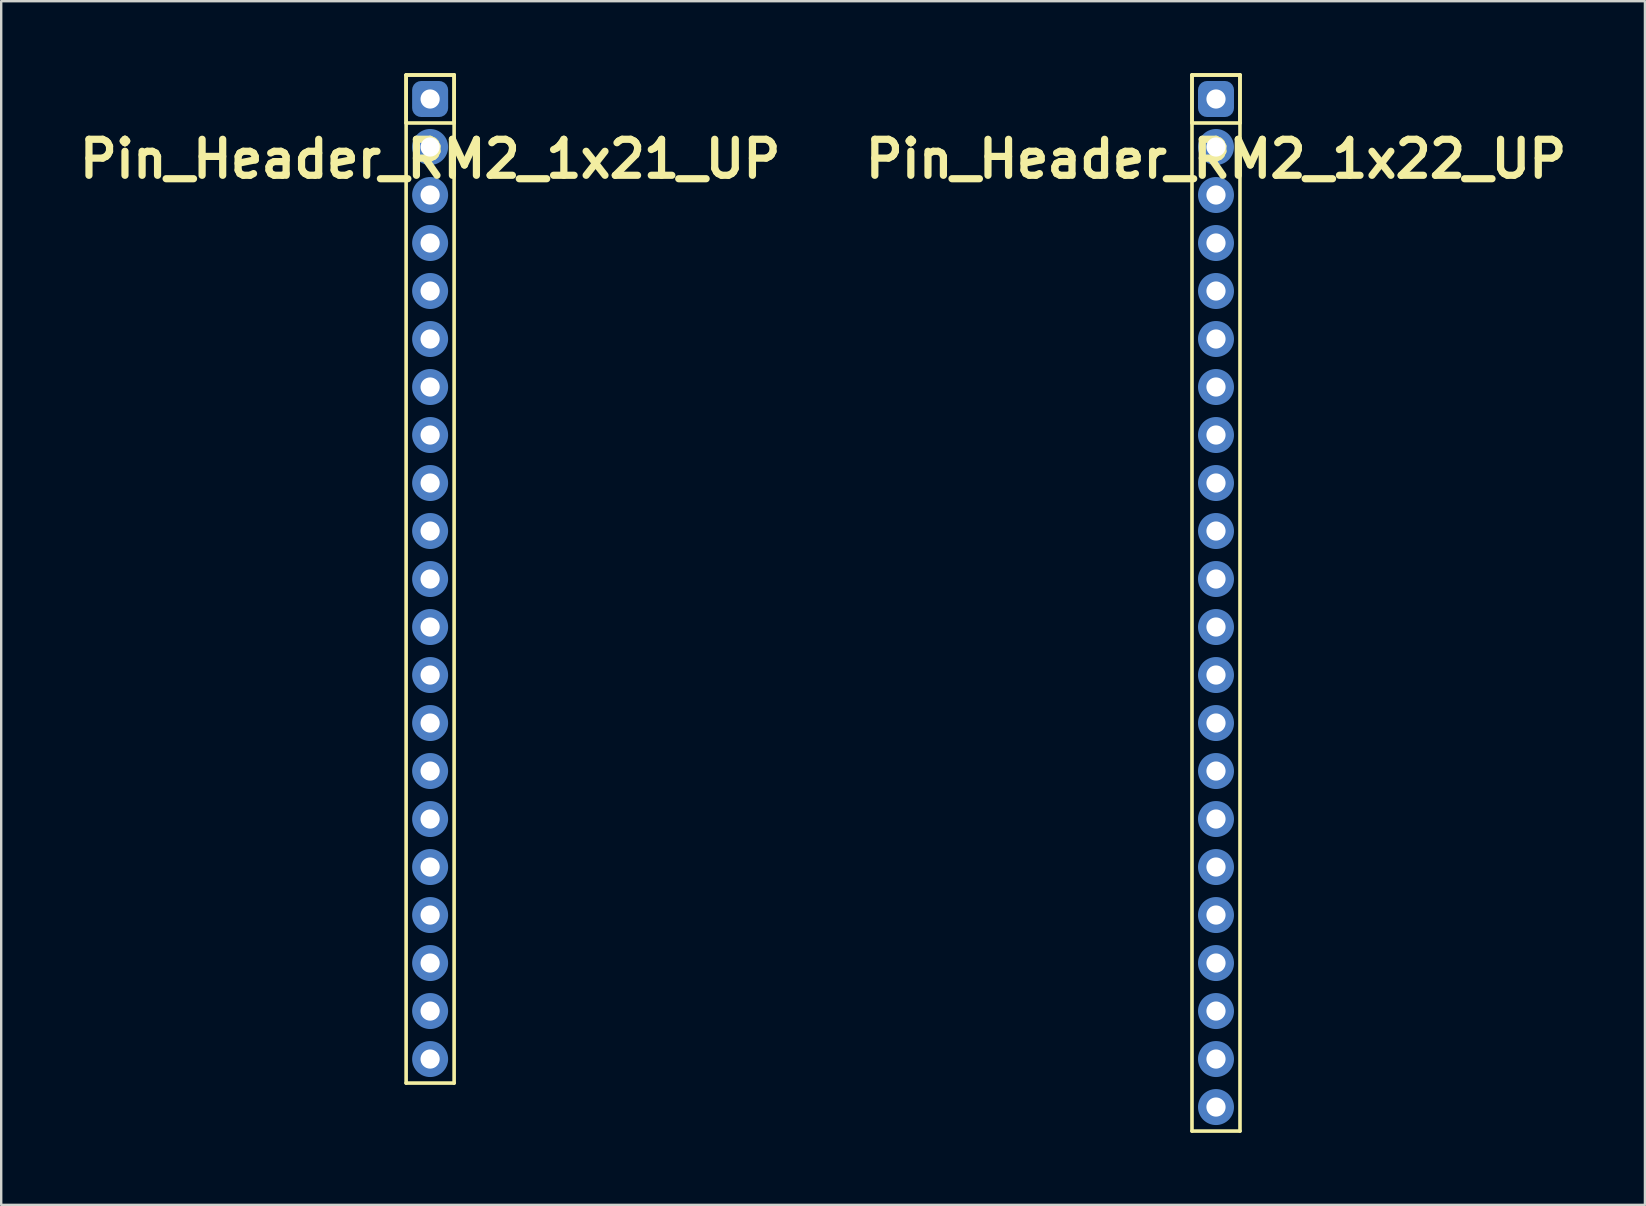
<source format=kicad_pcb>
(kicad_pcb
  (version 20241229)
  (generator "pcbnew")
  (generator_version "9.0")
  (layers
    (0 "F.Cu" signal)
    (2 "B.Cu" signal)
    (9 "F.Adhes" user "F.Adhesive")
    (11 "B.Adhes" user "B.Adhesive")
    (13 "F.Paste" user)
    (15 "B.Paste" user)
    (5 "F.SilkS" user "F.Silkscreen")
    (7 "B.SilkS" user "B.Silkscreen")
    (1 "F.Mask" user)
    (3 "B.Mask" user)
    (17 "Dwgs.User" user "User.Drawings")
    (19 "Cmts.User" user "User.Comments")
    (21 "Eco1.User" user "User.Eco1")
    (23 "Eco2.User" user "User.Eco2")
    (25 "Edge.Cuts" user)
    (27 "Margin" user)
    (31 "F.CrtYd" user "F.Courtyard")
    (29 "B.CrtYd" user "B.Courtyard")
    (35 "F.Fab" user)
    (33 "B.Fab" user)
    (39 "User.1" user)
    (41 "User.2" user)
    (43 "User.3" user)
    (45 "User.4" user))
  (footprint "Pin_Header_RM2_1x21_UP"
    (layer "F.Cu")
    (at 14.871 1.075)
    (property "Reference" "Pin_Header_RM2_1x21_UP" (at 0 2.5 0) (layer "F.SilkS") (effects (font (size 1.5 1.5) (thickness 0.3))))
    (attr through_hole)
    (fp_line (start -1 -1) (end 1 -1) (stroke (width 0.15) (type solid)) (layer "F.SilkS"))
    (fp_line (start -1 -1) (end 1 -1) (stroke (width 0.15) (type solid)) (layer "F.SilkS"))
    (fp_line (start -1 1) (end -1 -1) (stroke (width 0.15) (type solid)) (layer "F.SilkS"))
    (fp_line (start -1 41) (end -1 -1) (stroke (width 0.15) (type solid)) (layer "F.SilkS"))
    (fp_line (start 1 -1) (end 1 1) (stroke (width 0.15) (type solid)) (layer "F.SilkS"))
    (fp_line (start 1 -1) (end 1 41) (stroke (width 0.15) (type solid)) (layer "F.SilkS"))
    (fp_line (start 1 1) (end -1 1) (stroke (width 0.15) (type solid)) (layer "F.SilkS"))
    (fp_line (start 1 41) (end -1 41) (stroke (width 0.15) (type solid)) (layer "F.SilkS"))
    (pad "1" thru_hole circle (at 0 0) (size 1.1 1.1) (drill 0.8) (layers "*.Cu" "*.Mask"))
    (pad "1" smd roundrect (at 0 0) (size 1.25 1.25) (layers "F.Cu" "F.Mask") (roundrect_rratio 0.25))
    (pad "1" smd roundrect (at 0 0) (size 1.5 1.5) (layers "B.Cu" "B.Mask") (roundrect_rratio 0.25))
    (pad "2" thru_hole circle (at 0 2) (size 1.1 1.1) (drill 0.8) (layers "*.Cu" "*.Mask"))
    (pad "2" smd circle (at 0 2) (size 1.25 1.25) (layers "F.Cu" "F.Mask"))
    (pad "2" smd circle (at 0 2) (size 1.5 1.5) (layers "B.Cu" "B.Mask"))
    (pad "3" thru_hole circle (at 0 4) (size 1.1 1.1) (drill 0.8) (layers "*.Cu" "*.Mask"))
    (pad "3" smd circle (at 0 4) (size 1.25 1.25) (layers "F.Cu" "F.Mask"))
    (pad "3" smd circle (at 0 4) (size 1.5 1.5) (layers "B.Cu" "B.Mask"))
    (pad "4" thru_hole circle (at 0 6) (size 1.1 1.1) (drill 0.8) (layers "*.Cu" "*.Mask"))
    (pad "4" smd circle (at 0 6) (size 1.25 1.25) (layers "F.Cu" "F.Mask"))
    (pad "4" smd circle (at 0 6) (size 1.5 1.5) (layers "B.Cu" "B.Mask"))
    (pad "5" thru_hole circle (at 0 8) (size 1.1 1.1) (drill 0.8) (layers "*.Cu" "*.Mask"))
    (pad "5" smd circle (at 0 8) (size 1.25 1.25) (layers "F.Cu" "F.Mask"))
    (pad "5" smd circle (at 0 8) (size 1.5 1.5) (layers "B.Cu" "B.Mask"))
    (pad "6" thru_hole circle (at 0 10) (size 1.1 1.1) (drill 0.8) (layers "*.Cu" "*.Mask"))
    (pad "6" smd circle (at 0 10) (size 1.25 1.25) (layers "F.Cu" "F.Mask"))
    (pad "6" smd circle (at 0 10) (size 1.5 1.5) (layers "B.Cu" "B.Mask"))
    (pad "7" thru_hole circle (at 0 12) (size 1.1 1.1) (drill 0.8) (layers "*.Cu" "*.Mask"))
    (pad "7" smd circle (at 0 12) (size 1.25 1.25) (layers "F.Cu" "F.Mask"))
    (pad "7" smd circle (at 0 12) (size 1.5 1.5) (layers "B.Cu" "B.Mask"))
    (pad "8" thru_hole circle (at 0 14) (size 1.1 1.1) (drill 0.8) (layers "*.Cu" "*.Mask"))
    (pad "8" smd circle (at 0 14) (size 1.25 1.25) (layers "F.Cu" "F.Mask"))
    (pad "8" smd circle (at 0 14) (size 1.5 1.5) (layers "B.Cu" "B.Mask"))
    (pad "9" thru_hole circle (at 0 16) (size 1.1 1.1) (drill 0.8) (layers "*.Cu" "*.Mask"))
    (pad "9" smd circle (at 0 16) (size 1.25 1.25) (layers "F.Cu" "F.Mask"))
    (pad "9" smd circle (at 0 16) (size 1.5 1.5) (layers "B.Cu" "B.Mask"))
    (pad "10" thru_hole circle (at 0 18) (size 1.1 1.1) (drill 0.8) (layers "*.Cu" "*.Mask"))
    (pad "10" smd circle (at 0 18) (size 1.25 1.25) (layers "F.Cu" "F.Mask"))
    (pad "10" smd circle (at 0 18) (size 1.5 1.5) (layers "B.Cu" "B.Mask"))
    (pad "11" thru_hole circle (at 0 20) (size 1.1 1.1) (drill 0.8) (layers "*.Cu" "*.Mask"))
    (pad "11" smd circle (at 0 20) (size 1.25 1.25) (layers "F.Cu" "F.Mask"))
    (pad "11" smd circle (at 0 20) (size 1.5 1.5) (layers "B.Cu" "B.Mask"))
    (pad "12" thru_hole circle (at 0 22) (size 1.1 1.1) (drill 0.8) (layers "*.Cu" "*.Mask"))
    (pad "12" smd circle (at 0 22) (size 1.25 1.25) (layers "F.Cu" "F.Mask"))
    (pad "12" smd circle (at 0 22) (size 1.5 1.5) (layers "B.Cu" "B.Mask"))
    (pad "13" thru_hole circle (at 0 24) (size 1.1 1.1) (drill 0.8) (layers "*.Cu" "*.Mask"))
    (pad "13" smd circle (at 0 24) (size 1.25 1.25) (layers "F.Cu" "F.Mask"))
    (pad "13" smd circle (at 0 24) (size 1.5 1.5) (layers "B.Cu" "B.Mask"))
    (pad "14" thru_hole circle (at 0 26) (size 1.1 1.1) (drill 0.8) (layers "*.Cu" "*.Mask"))
    (pad "14" smd circle (at 0 26) (size 1.25 1.25) (layers "F.Cu" "F.Mask"))
    (pad "14" smd circle (at 0 26) (size 1.5 1.5) (layers "B.Cu" "B.Mask"))
    (pad "15" thru_hole circle (at 0 28) (size 1.1 1.1) (drill 0.8) (layers "*.Cu" "*.Mask"))
    (pad "15" smd circle (at 0 28) (size 1.25 1.25) (layers "F.Cu" "F.Mask"))
    (pad "15" smd circle (at 0 28) (size 1.5 1.5) (layers "B.Cu" "B.Mask"))
    (pad "16" thru_hole circle (at 0 30) (size 1.1 1.1) (drill 0.8) (layers "*.Cu" "*.Mask"))
    (pad "16" smd circle (at 0 30) (size 1.25 1.25) (layers "F.Cu" "F.Mask"))
    (pad "16" smd circle (at 0 30) (size 1.5 1.5) (layers "B.Cu" "B.Mask"))
    (pad "17" thru_hole circle (at 0 32) (size 1.1 1.1) (drill 0.8) (layers "*.Cu" "*.Mask"))
    (pad "17" smd circle (at 0 32) (size 1.25 1.25) (layers "F.Cu" "F.Mask"))
    (pad "17" smd circle (at 0 32) (size 1.5 1.5) (layers "B.Cu" "B.Mask"))
    (pad "18" thru_hole circle (at 0 34) (size 1.1 1.1) (drill 0.8) (layers "*.Cu" "*.Mask"))
    (pad "18" smd circle (at 0 34) (size 1.25 1.25) (layers "F.Cu" "F.Mask"))
    (pad "18" smd circle (at 0 34) (size 1.5 1.5) (layers "B.Cu" "B.Mask"))
    (pad "19" thru_hole circle (at 0 36) (size 1.1 1.1) (drill 0.8) (layers "*.Cu" "*.Mask"))
    (pad "19" smd circle (at 0 36) (size 1.25 1.25) (layers "F.Cu" "F.Mask"))
    (pad "19" smd circle (at 0 36) (size 1.5 1.5) (layers "B.Cu" "B.Mask"))
    (pad "20" thru_hole circle (at 0 38) (size 1.1 1.1) (drill 0.8) (layers "*.Cu" "*.Mask"))
    (pad "20" smd circle (at 0 38) (size 1.25 1.25) (layers "F.Cu" "F.Mask"))
    (pad "20" smd circle (at 0 38) (size 1.5 1.5) (layers "B.Cu" "B.Mask"))
    (pad "21" thru_hole circle (at 0 40) (size 1.1 1.1) (drill 0.8) (layers "*.Cu" "*.Mask"))
    (pad "21" smd circle (at 0 40) (size 1.25 1.25) (layers "F.Cu" "F.Mask"))
    (pad "21" smd circle (at 0 40) (size 1.5 1.5) (layers "B.Cu" "B.Mask")))
  (footprint "Pin_Header_RM2_1x22_UP"
    (layer "F.Cu")
    (at 47.614 1.075)
    (property "Reference" "Pin_Header_RM2_1x22_UP" (at 0 2.5 0) (layer "F.SilkS") (effects (font (size 1.5 1.5) (thickness 0.3))))
    (attr through_hole)
    (fp_line (start -1 -1) (end 1 -1) (stroke (width 0.15) (type solid)) (layer "F.SilkS"))
    (fp_line (start -1 -1) (end 1 -1) (stroke (width 0.15) (type solid)) (layer "F.SilkS"))
    (fp_line (start -1 1) (end -1 -1) (stroke (width 0.15) (type solid)) (layer "F.SilkS"))
    (fp_line (start -1 43) (end -1 -1) (stroke (width 0.15) (type solid)) (layer "F.SilkS"))
    (fp_line (start 1 -1) (end 1 1) (stroke (width 0.15) (type solid)) (layer "F.SilkS"))
    (fp_line (start 1 -1) (end 1 43) (stroke (width 0.15) (type solid)) (layer "F.SilkS"))
    (fp_line (start 1 1) (end -1 1) (stroke (width 0.15) (type solid)) (layer "F.SilkS"))
    (fp_line (start 1 43) (end -1 43) (stroke (width 0.15) (type solid)) (layer "F.SilkS"))
    (pad "1" thru_hole circle (at 0 0) (size 1.1 1.1) (drill 0.8) (layers "*.Cu" "*.Mask"))
    (pad "1" smd roundrect (at 0 0) (size 1.25 1.25) (layers "F.Cu" "F.Mask") (roundrect_rratio 0.25))
    (pad "1" smd roundrect (at 0 0) (size 1.5 1.5) (layers "B.Cu" "B.Mask") (roundrect_rratio 0.25))
    (pad "2" thru_hole circle (at 0 2) (size 1.1 1.1) (drill 0.8) (layers "*.Cu" "*.Mask"))
    (pad "2" smd circle (at 0 2) (size 1.25 1.25) (layers "F.Cu" "F.Mask"))
    (pad "2" smd circle (at 0 2) (size 1.5 1.5) (layers "B.Cu" "B.Mask"))
    (pad "3" thru_hole circle (at 0 4) (size 1.1 1.1) (drill 0.8) (layers "*.Cu" "*.Mask"))
    (pad "3" smd circle (at 0 4) (size 1.25 1.25) (layers "F.Cu" "F.Mask"))
    (pad "3" smd circle (at 0 4) (size 1.5 1.5) (layers "B.Cu" "B.Mask"))
    (pad "4" thru_hole circle (at 0 6) (size 1.1 1.1) (drill 0.8) (layers "*.Cu" "*.Mask"))
    (pad "4" smd circle (at 0 6) (size 1.25 1.25) (layers "F.Cu" "F.Mask"))
    (pad "4" smd circle (at 0 6) (size 1.5 1.5) (layers "B.Cu" "B.Mask"))
    (pad "5" thru_hole circle (at 0 8) (size 1.1 1.1) (drill 0.8) (layers "*.Cu" "*.Mask"))
    (pad "5" smd circle (at 0 8) (size 1.25 1.25) (layers "F.Cu" "F.Mask"))
    (pad "5" smd circle (at 0 8) (size 1.5 1.5) (layers "B.Cu" "B.Mask"))
    (pad "6" thru_hole circle (at 0 10) (size 1.1 1.1) (drill 0.8) (layers "*.Cu" "*.Mask"))
    (pad "6" smd circle (at 0 10) (size 1.25 1.25) (layers "F.Cu" "F.Mask"))
    (pad "6" smd circle (at 0 10) (size 1.5 1.5) (layers "B.Cu" "B.Mask"))
    (pad "7" thru_hole circle (at 0 12) (size 1.1 1.1) (drill 0.8) (layers "*.Cu" "*.Mask"))
    (pad "7" smd circle (at 0 12) (size 1.25 1.25) (layers "F.Cu" "F.Mask"))
    (pad "7" smd circle (at 0 12) (size 1.5 1.5) (layers "B.Cu" "B.Mask"))
    (pad "8" thru_hole circle (at 0 14) (size 1.1 1.1) (drill 0.8) (layers "*.Cu" "*.Mask"))
    (pad "8" smd circle (at 0 14) (size 1.25 1.25) (layers "F.Cu" "F.Mask"))
    (pad "8" smd circle (at 0 14) (size 1.5 1.5) (layers "B.Cu" "B.Mask"))
    (pad "9" thru_hole circle (at 0 16) (size 1.1 1.1) (drill 0.8) (layers "*.Cu" "*.Mask"))
    (pad "9" smd circle (at 0 16) (size 1.25 1.25) (layers "F.Cu" "F.Mask"))
    (pad "9" smd circle (at 0 16) (size 1.5 1.5) (layers "B.Cu" "B.Mask"))
    (pad "10" thru_hole circle (at 0 18) (size 1.1 1.1) (drill 0.8) (layers "*.Cu" "*.Mask"))
    (pad "10" smd circle (at 0 18) (size 1.25 1.25) (layers "F.Cu" "F.Mask"))
    (pad "10" smd circle (at 0 18) (size 1.5 1.5) (layers "B.Cu" "B.Mask"))
    (pad "11" thru_hole circle (at 0 20) (size 1.1 1.1) (drill 0.8) (layers "*.Cu" "*.Mask"))
    (pad "11" smd circle (at 0 20) (size 1.25 1.25) (layers "F.Cu" "F.Mask"))
    (pad "11" smd circle (at 0 20) (size 1.5 1.5) (layers "B.Cu" "B.Mask"))
    (pad "12" thru_hole circle (at 0 22) (size 1.1 1.1) (drill 0.8) (layers "*.Cu" "*.Mask"))
    (pad "12" smd circle (at 0 22) (size 1.25 1.25) (layers "F.Cu" "F.Mask"))
    (pad "12" smd circle (at 0 22) (size 1.5 1.5) (layers "B.Cu" "B.Mask"))
    (pad "13" thru_hole circle (at 0 24) (size 1.1 1.1) (drill 0.8) (layers "*.Cu" "*.Mask"))
    (pad "13" smd circle (at 0 24) (size 1.25 1.25) (layers "F.Cu" "F.Mask"))
    (pad "13" smd circle (at 0 24) (size 1.5 1.5) (layers "B.Cu" "B.Mask"))
    (pad "14" thru_hole circle (at 0 26) (size 1.1 1.1) (drill 0.8) (layers "*.Cu" "*.Mask"))
    (pad "14" smd circle (at 0 26) (size 1.25 1.25) (layers "F.Cu" "F.Mask"))
    (pad "14" smd circle (at 0 26) (size 1.5 1.5) (layers "B.Cu" "B.Mask"))
    (pad "15" thru_hole circle (at 0 28) (size 1.1 1.1) (drill 0.8) (layers "*.Cu" "*.Mask"))
    (pad "15" smd circle (at 0 28) (size 1.25 1.25) (layers "F.Cu" "F.Mask"))
    (pad "15" smd circle (at 0 28) (size 1.5 1.5) (layers "B.Cu" "B.Mask"))
    (pad "16" thru_hole circle (at 0 30) (size 1.1 1.1) (drill 0.8) (layers "*.Cu" "*.Mask"))
    (pad "16" smd circle (at 0 30) (size 1.25 1.25) (layers "F.Cu" "F.Mask"))
    (pad "16" smd circle (at 0 30) (size 1.5 1.5) (layers "B.Cu" "B.Mask"))
    (pad "17" thru_hole circle (at 0 32) (size 1.1 1.1) (drill 0.8) (layers "*.Cu" "*.Mask"))
    (pad "17" smd circle (at 0 32) (size 1.25 1.25) (layers "F.Cu" "F.Mask"))
    (pad "17" smd circle (at 0 32) (size 1.5 1.5) (layers "B.Cu" "B.Mask"))
    (pad "18" thru_hole circle (at 0 34) (size 1.1 1.1) (drill 0.8) (layers "*.Cu" "*.Mask"))
    (pad "18" smd circle (at 0 34) (size 1.25 1.25) (layers "F.Cu" "F.Mask"))
    (pad "18" smd circle (at 0 34) (size 1.5 1.5) (layers "B.Cu" "B.Mask"))
    (pad "19" thru_hole circle (at 0 36) (size 1.1 1.1) (drill 0.8) (layers "*.Cu" "*.Mask"))
    (pad "19" smd circle (at 0 36) (size 1.25 1.25) (layers "F.Cu" "F.Mask"))
    (pad "19" smd circle (at 0 36) (size 1.5 1.5) (layers "B.Cu" "B.Mask"))
    (pad "20" thru_hole circle (at 0 38) (size 1.1 1.1) (drill 0.8) (layers "*.Cu" "*.Mask"))
    (pad "20" smd circle (at 0 38) (size 1.25 1.25) (layers "F.Cu" "F.Mask"))
    (pad "20" smd circle (at 0 38) (size 1.5 1.5) (layers "B.Cu" "B.Mask"))
    (pad "21" thru_hole circle (at 0 40) (size 1.1 1.1) (drill 0.8) (layers "*.Cu" "*.Mask"))
    (pad "21" smd circle (at 0 40) (size 1.25 1.25) (layers "F.Cu" "F.Mask"))
    (pad "21" smd circle (at 0 40) (size 1.5 1.5) (layers "B.Cu" "B.Mask"))
    (pad "22" thru_hole circle (at 0 42) (size 1.1 1.1) (drill 0.8) (layers "*.Cu" "*.Mask"))
    (pad "22" smd circle (at 0 42) (size 1.25 1.25) (layers "F.Cu" "F.Mask"))
    (pad "22" smd circle (at 0 42) (size 1.5 1.5) (layers "B.Cu" "B.Mask")))
  (gr_rect
    (start -3 -3)
    (end 65.486 47.15)
    (stroke (width 0.1) (type default))
    (fill no)
    (layer "Edge.Cuts")))
</source>
